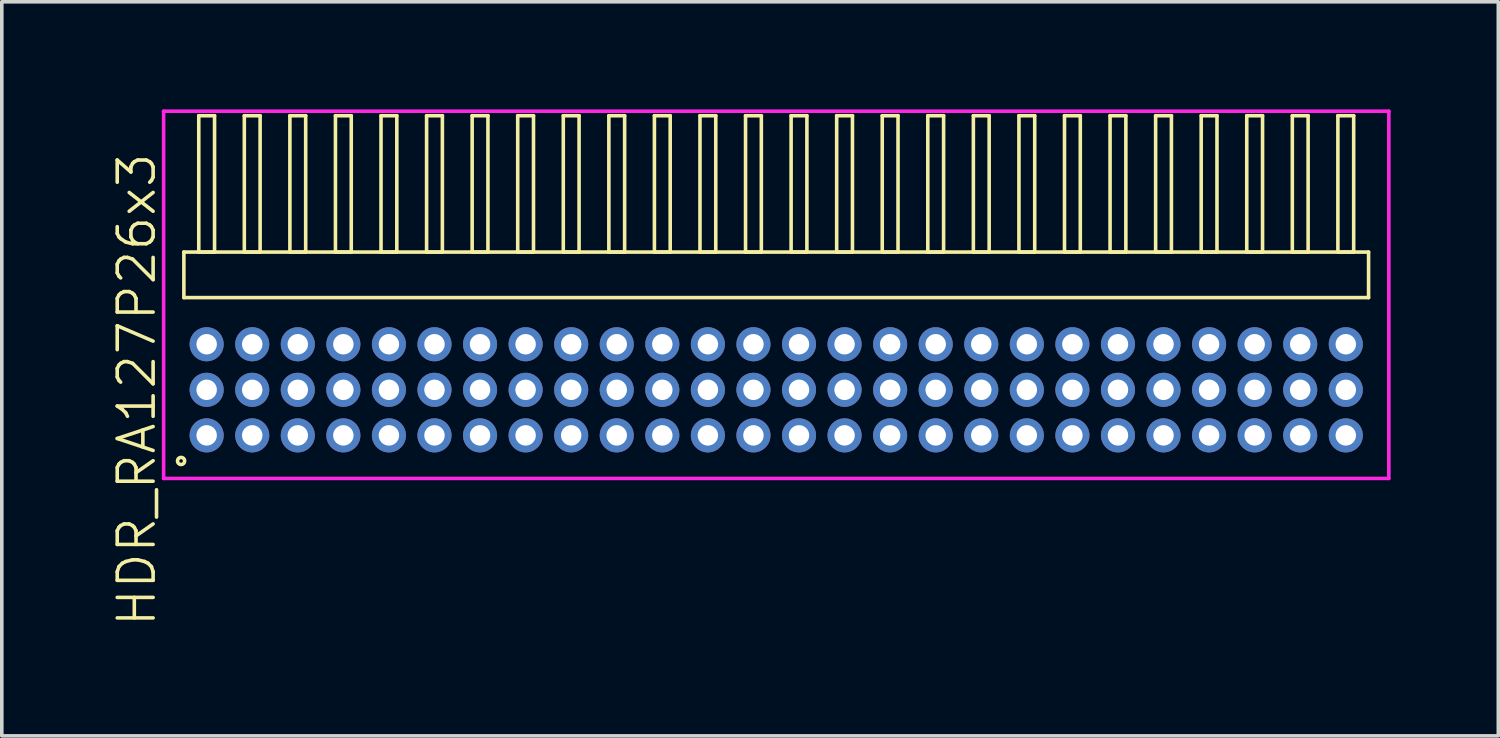
<source format=kicad_pcb>
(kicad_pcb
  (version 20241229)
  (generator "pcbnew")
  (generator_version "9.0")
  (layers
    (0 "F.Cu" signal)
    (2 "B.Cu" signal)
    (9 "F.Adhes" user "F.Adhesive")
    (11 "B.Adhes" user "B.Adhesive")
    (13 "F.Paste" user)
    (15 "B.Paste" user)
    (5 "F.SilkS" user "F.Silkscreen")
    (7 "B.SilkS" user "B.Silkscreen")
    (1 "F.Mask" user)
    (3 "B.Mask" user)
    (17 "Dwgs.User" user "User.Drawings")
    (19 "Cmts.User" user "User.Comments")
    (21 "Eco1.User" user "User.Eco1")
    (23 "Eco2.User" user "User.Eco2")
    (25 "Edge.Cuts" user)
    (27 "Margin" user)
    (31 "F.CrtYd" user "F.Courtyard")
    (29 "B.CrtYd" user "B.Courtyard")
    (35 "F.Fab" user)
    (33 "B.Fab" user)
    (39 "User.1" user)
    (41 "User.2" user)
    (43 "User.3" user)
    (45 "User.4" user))
  (footprint "HDR_RA127P26x3"
    (layer "F.Cu")
    (at 18.585 7.815)
    (property "Reference" "HDR_RA127P26x3" (at -17.825 0 90) (layer "F.SilkS") (effects (font (size 1 1) (thickness 0.1))))
    (attr through_hole)
    (fp_line (start -16.51 -3.84) (end -16.51 -2.57) (stroke (width 0.1) (type solid)) (layer "F.SilkS"))
    (fp_line (start -16.51 -2.57) (end 16.51 -2.57) (stroke (width 0.1) (type solid)) (layer "F.SilkS"))
    (fp_line (start -16.095 -7.64) (end -16.095 -3.84) (stroke (width 0.1) (type solid)) (layer "F.SilkS"))
    (fp_line (start -16.095 -3.84) (end -15.655 -3.84) (stroke (width 0.1) (type solid)) (layer "F.SilkS"))
    (fp_line (start -15.655 -7.64) (end -16.095 -7.64) (stroke (width 0.1) (type solid)) (layer "F.SilkS"))
    (fp_line (start -15.655 -3.84) (end -15.655 -7.64) (stroke (width 0.1) (type solid)) (layer "F.SilkS"))
    (fp_line (start -14.825 -7.64) (end -14.825 -3.84) (stroke (width 0.1) (type solid)) (layer "F.SilkS"))
    (fp_line (start -14.825 -3.84) (end -14.385 -3.84) (stroke (width 0.1) (type solid)) (layer "F.SilkS"))
    (fp_line (start -14.385 -7.64) (end -14.825 -7.64) (stroke (width 0.1) (type solid)) (layer "F.SilkS"))
    (fp_line (start -14.385 -3.84) (end -14.385 -7.64) (stroke (width 0.1) (type solid)) (layer "F.SilkS"))
    (fp_line (start -13.555 -7.64) (end -13.555 -3.84) (stroke (width 0.1) (type solid)) (layer "F.SilkS"))
    (fp_line (start -13.555 -3.84) (end -13.115 -3.84) (stroke (width 0.1) (type solid)) (layer "F.SilkS"))
    (fp_line (start -13.115 -7.64) (end -13.555 -7.64) (stroke (width 0.1) (type solid)) (layer "F.SilkS"))
    (fp_line (start -13.115 -3.84) (end -13.115 -7.64) (stroke (width 0.1) (type solid)) (layer "F.SilkS"))
    (fp_line (start -12.285 -7.64) (end -12.285 -3.84) (stroke (width 0.1) (type solid)) (layer "F.SilkS"))
    (fp_line (start -12.285 -3.84) (end -11.845 -3.84) (stroke (width 0.1) (type solid)) (layer "F.SilkS"))
    (fp_line (start -11.845 -7.64) (end -12.285 -7.64) (stroke (width 0.1) (type solid)) (layer "F.SilkS"))
    (fp_line (start -11.845 -3.84) (end -11.845 -7.64) (stroke (width 0.1) (type solid)) (layer "F.SilkS"))
    (fp_line (start -11.015 -7.64) (end -11.015 -3.84) (stroke (width 0.1) (type solid)) (layer "F.SilkS"))
    (fp_line (start -11.015 -3.84) (end -10.575 -3.84) (stroke (width 0.1) (type solid)) (layer "F.SilkS"))
    (fp_line (start -10.575 -7.64) (end -11.015 -7.64) (stroke (width 0.1) (type solid)) (layer "F.SilkS"))
    (fp_line (start -10.575 -3.84) (end -10.575 -7.64) (stroke (width 0.1) (type solid)) (layer "F.SilkS"))
    (fp_line (start -9.745 -7.64) (end -9.745 -3.84) (stroke (width 0.1) (type solid)) (layer "F.SilkS"))
    (fp_line (start -9.745 -3.84) (end -9.305 -3.84) (stroke (width 0.1) (type solid)) (layer "F.SilkS"))
    (fp_line (start -9.305 -7.64) (end -9.745 -7.64) (stroke (width 0.1) (type solid)) (layer "F.SilkS"))
    (fp_line (start -9.305 -3.84) (end -9.305 -7.64) (stroke (width 0.1) (type solid)) (layer "F.SilkS"))
    (fp_line (start -8.475 -7.64) (end -8.475 -3.84) (stroke (width 0.1) (type solid)) (layer "F.SilkS"))
    (fp_line (start -8.475 -3.84) (end -8.035 -3.84) (stroke (width 0.1) (type solid)) (layer "F.SilkS"))
    (fp_line (start -8.035 -7.64) (end -8.475 -7.64) (stroke (width 0.1) (type solid)) (layer "F.SilkS"))
    (fp_line (start -8.035 -3.84) (end -8.035 -7.64) (stroke (width 0.1) (type solid)) (layer "F.SilkS"))
    (fp_line (start -7.205 -7.64) (end -7.205 -3.84) (stroke (width 0.1) (type solid)) (layer "F.SilkS"))
    (fp_line (start -7.205 -3.84) (end -6.765 -3.84) (stroke (width 0.1) (type solid)) (layer "F.SilkS"))
    (fp_line (start -6.765 -7.64) (end -7.205 -7.64) (stroke (width 0.1) (type solid)) (layer "F.SilkS"))
    (fp_line (start -6.765 -3.84) (end -6.765 -7.64) (stroke (width 0.1) (type solid)) (layer "F.SilkS"))
    (fp_line (start -5.935 -7.64) (end -5.935 -3.84) (stroke (width 0.1) (type solid)) (layer "F.SilkS"))
    (fp_line (start -5.935 -3.84) (end -5.495 -3.84) (stroke (width 0.1) (type solid)) (layer "F.SilkS"))
    (fp_line (start -5.495 -7.64) (end -5.935 -7.64) (stroke (width 0.1) (type solid)) (layer "F.SilkS"))
    (fp_line (start -5.495 -3.84) (end -5.495 -7.64) (stroke (width 0.1) (type solid)) (layer "F.SilkS"))
    (fp_line (start -4.665 -7.64) (end -4.665 -3.84) (stroke (width 0.1) (type solid)) (layer "F.SilkS"))
    (fp_line (start -4.665 -3.84) (end -4.225 -3.84) (stroke (width 0.1) (type solid)) (layer "F.SilkS"))
    (fp_line (start -4.225 -7.64) (end -4.665 -7.64) (stroke (width 0.1) (type solid)) (layer "F.SilkS"))
    (fp_line (start -4.225 -3.84) (end -4.225 -7.64) (stroke (width 0.1) (type solid)) (layer "F.SilkS"))
    (fp_line (start -3.395 -7.64) (end -3.395 -3.84) (stroke (width 0.1) (type solid)) (layer "F.SilkS"))
    (fp_line (start -3.395 -3.84) (end -2.955 -3.84) (stroke (width 0.1) (type solid)) (layer "F.SilkS"))
    (fp_line (start -2.955 -7.64) (end -3.395 -7.64) (stroke (width 0.1) (type solid)) (layer "F.SilkS"))
    (fp_line (start -2.955 -3.84) (end -2.955 -7.64) (stroke (width 0.1) (type solid)) (layer "F.SilkS"))
    (fp_line (start -2.125 -7.64) (end -2.125 -3.84) (stroke (width 0.1) (type solid)) (layer "F.SilkS"))
    (fp_line (start -2.125 -3.84) (end -1.685 -3.84) (stroke (width 0.1) (type solid)) (layer "F.SilkS"))
    (fp_line (start -1.685 -7.64) (end -2.125 -7.64) (stroke (width 0.1) (type solid)) (layer "F.SilkS"))
    (fp_line (start -1.685 -3.84) (end -1.685 -7.64) (stroke (width 0.1) (type solid)) (layer "F.SilkS"))
    (fp_line (start -0.855 -7.64) (end -0.855 -3.84) (stroke (width 0.1) (type solid)) (layer "F.SilkS"))
    (fp_line (start -0.855 -3.84) (end -0.415 -3.84) (stroke (width 0.1) (type solid)) (layer "F.SilkS"))
    (fp_line (start -0.415 -7.64) (end -0.855 -7.64) (stroke (width 0.1) (type solid)) (layer "F.SilkS"))
    (fp_line (start -0.415 -3.84) (end -0.415 -7.64) (stroke (width 0.1) (type solid)) (layer "F.SilkS"))
    (fp_line (start 0.415 -7.64) (end 0.415 -3.84) (stroke (width 0.1) (type solid)) (layer "F.SilkS"))
    (fp_line (start 0.415 -3.84) (end 0.855 -3.84) (stroke (width 0.1) (type solid)) (layer "F.SilkS"))
    (fp_line (start 0.855 -7.64) (end 0.415 -7.64) (stroke (width 0.1) (type solid)) (layer "F.SilkS"))
    (fp_line (start 0.855 -3.84) (end 0.855 -7.64) (stroke (width 0.1) (type solid)) (layer "F.SilkS"))
    (fp_line (start 1.685 -7.64) (end 1.685 -3.84) (stroke (width 0.1) (type solid)) (layer "F.SilkS"))
    (fp_line (start 1.685 -3.84) (end 2.125 -3.84) (stroke (width 0.1) (type solid)) (layer "F.SilkS"))
    (fp_line (start 2.125 -7.64) (end 1.685 -7.64) (stroke (width 0.1) (type solid)) (layer "F.SilkS"))
    (fp_line (start 2.125 -3.84) (end 2.125 -7.64) (stroke (width 0.1) (type solid)) (layer "F.SilkS"))
    (fp_line (start 2.955 -7.64) (end 2.955 -3.84) (stroke (width 0.1) (type solid)) (layer "F.SilkS"))
    (fp_line (start 2.955 -3.84) (end 3.395 -3.84) (stroke (width 0.1) (type solid)) (layer "F.SilkS"))
    (fp_line (start 3.395 -7.64) (end 2.955 -7.64) (stroke (width 0.1) (type solid)) (layer "F.SilkS"))
    (fp_line (start 3.395 -3.84) (end 3.395 -7.64) (stroke (width 0.1) (type solid)) (layer "F.SilkS"))
    (fp_line (start 4.225 -7.64) (end 4.225 -3.84) (stroke (width 0.1) (type solid)) (layer "F.SilkS"))
    (fp_line (start 4.225 -3.84) (end 4.665 -3.84) (stroke (width 0.1) (type solid)) (layer "F.SilkS"))
    (fp_line (start 4.665 -7.64) (end 4.225 -7.64) (stroke (width 0.1) (type solid)) (layer "F.SilkS"))
    (fp_line (start 4.665 -3.84) (end 4.665 -7.64) (stroke (width 0.1) (type solid)) (layer "F.SilkS"))
    (fp_line (start 5.495 -7.64) (end 5.495 -3.84) (stroke (width 0.1) (type solid)) (layer "F.SilkS"))
    (fp_line (start 5.495 -3.84) (end 5.935 -3.84) (stroke (width 0.1) (type solid)) (layer "F.SilkS"))
    (fp_line (start 5.935 -7.64) (end 5.495 -7.64) (stroke (width 0.1) (type solid)) (layer "F.SilkS"))
    (fp_line (start 5.935 -3.84) (end 5.935 -7.64) (stroke (width 0.1) (type solid)) (layer "F.SilkS"))
    (fp_line (start 6.765 -7.64) (end 6.765 -3.84) (stroke (width 0.1) (type solid)) (layer "F.SilkS"))
    (fp_line (start 6.765 -3.84) (end 7.205 -3.84) (stroke (width 0.1) (type solid)) (layer "F.SilkS"))
    (fp_line (start 7.205 -7.64) (end 6.765 -7.64) (stroke (width 0.1) (type solid)) (layer "F.SilkS"))
    (fp_line (start 7.205 -3.84) (end 7.205 -7.64) (stroke (width 0.1) (type solid)) (layer "F.SilkS"))
    (fp_line (start 8.035 -7.64) (end 8.035 -3.84) (stroke (width 0.1) (type solid)) (layer "F.SilkS"))
    (fp_line (start 8.035 -3.84) (end 8.475 -3.84) (stroke (width 0.1) (type solid)) (layer "F.SilkS"))
    (fp_line (start 8.475 -7.64) (end 8.035 -7.64) (stroke (width 0.1) (type solid)) (layer "F.SilkS"))
    (fp_line (start 8.475 -3.84) (end 8.475 -7.64) (stroke (width 0.1) (type solid)) (layer "F.SilkS"))
    (fp_line (start 9.305 -7.64) (end 9.305 -3.84) (stroke (width 0.1) (type solid)) (layer "F.SilkS"))
    (fp_line (start 9.305 -3.84) (end 9.745 -3.84) (stroke (width 0.1) (type solid)) (layer "F.SilkS"))
    (fp_line (start 9.745 -7.64) (end 9.305 -7.64) (stroke (width 0.1) (type solid)) (layer "F.SilkS"))
    (fp_line (start 9.745 -3.84) (end 9.745 -7.64) (stroke (width 0.1) (type solid)) (layer "F.SilkS"))
    (fp_line (start 10.575 -7.64) (end 10.575 -3.84) (stroke (width 0.1) (type solid)) (layer "F.SilkS"))
    (fp_line (start 10.575 -3.84) (end 11.015 -3.84) (stroke (width 0.1) (type solid)) (layer "F.SilkS"))
    (fp_line (start 11.015 -7.64) (end 10.575 -7.64) (stroke (width 0.1) (type solid)) (layer "F.SilkS"))
    (fp_line (start 11.015 -3.84) (end 11.015 -7.64) (stroke (width 0.1) (type solid)) (layer "F.SilkS"))
    (fp_line (start 11.845 -7.64) (end 11.845 -3.84) (stroke (width 0.1) (type solid)) (layer "F.SilkS"))
    (fp_line (start 11.845 -3.84) (end 12.285 -3.84) (stroke (width 0.1) (type solid)) (layer "F.SilkS"))
    (fp_line (start 12.285 -7.64) (end 11.845 -7.64) (stroke (width 0.1) (type solid)) (layer "F.SilkS"))
    (fp_line (start 12.285 -3.84) (end 12.285 -7.64) (stroke (width 0.1) (type solid)) (layer "F.SilkS"))
    (fp_line (start 13.115 -7.64) (end 13.115 -3.84) (stroke (width 0.1) (type solid)) (layer "F.SilkS"))
    (fp_line (start 13.115 -3.84) (end 13.555 -3.84) (stroke (width 0.1) (type solid)) (layer "F.SilkS"))
    (fp_line (start 13.555 -7.64) (end 13.115 -7.64) (stroke (width 0.1) (type solid)) (layer "F.SilkS"))
    (fp_line (start 13.555 -3.84) (end 13.555 -7.64) (stroke (width 0.1) (type solid)) (layer "F.SilkS"))
    (fp_line (start 14.385 -7.64) (end 14.385 -3.84) (stroke (width 0.1) (type solid)) (layer "F.SilkS"))
    (fp_line (start 14.385 -3.84) (end 14.825 -3.84) (stroke (width 0.1) (type solid)) (layer "F.SilkS"))
    (fp_line (start 14.825 -7.64) (end 14.385 -7.64) (stroke (width 0.1) (type solid)) (layer "F.SilkS"))
    (fp_line (start 14.825 -3.84) (end 14.825 -7.64) (stroke (width 0.1) (type solid)) (layer "F.SilkS"))
    (fp_line (start 15.655 -7.64) (end 15.655 -3.84) (stroke (width 0.1) (type solid)) (layer "F.SilkS"))
    (fp_line (start 15.655 -3.84) (end 16.095 -3.84) (stroke (width 0.1) (type solid)) (layer "F.SilkS"))
    (fp_line (start 16.095 -7.64) (end 15.655 -7.64) (stroke (width 0.1) (type solid)) (layer "F.SilkS"))
    (fp_line (start 16.095 -3.84) (end 16.095 -7.64) (stroke (width 0.1) (type solid)) (layer "F.SilkS"))
    (fp_line (start 16.51 -3.84) (end -16.51 -3.84) (stroke (width 0.1) (type solid)) (layer "F.SilkS"))
    (fp_line (start 16.51 -2.57) (end 16.51 -3.84) (stroke (width 0.1) (type solid)) (layer "F.SilkS"))
    (fp_circle (center -16.588 1.983) (end -16.488 1.983) (stroke (width 0.1) (type solid)) (fill no) (layer "F.SilkS"))
    (fp_line (start -17.075 -7.765) (end -17.075 2.47) (stroke (width 0.1) (type solid)) (layer "F.CrtYd"))
    (fp_line (start -17.075 2.47) (end 17.075 2.47) (stroke (width 0.1) (type solid)) (layer "F.CrtYd"))
    (fp_line (start 17.075 -7.765) (end -17.075 -7.765) (stroke (width 0.1) (type solid)) (layer "F.CrtYd"))
    (fp_line (start 17.075 2.47) (end 17.075 -7.765) (stroke (width 0.1) (type solid)) (layer "F.CrtYd"))
    (pad "1" thru_hole oval (at -15.875 1.27) (size 0.95 0.95) (drill 0.57) (layers "*.Cu" "*.Mask"))
    (pad "2" thru_hole oval (at -15.875 0) (size 0.95 0.95) (drill 0.57) (layers "*.Cu" "*.Mask"))
    (pad "3" thru_hole oval (at -15.875 -1.27) (size 0.95 0.95) (drill 0.57) (layers "*.Cu" "*.Mask"))
    (pad "4" thru_hole oval (at -14.605 1.27) (size 0.95 0.95) (drill 0.57) (layers "*.Cu" "*.Mask"))
    (pad "5" thru_hole oval (at -14.605 0) (size 0.95 0.95) (drill 0.57) (layers "*.Cu" "*.Mask"))
    (pad "6" thru_hole oval (at -14.605 -1.27) (size 0.95 0.95) (drill 0.57) (layers "*.Cu" "*.Mask"))
    (pad "7" thru_hole oval (at -13.335 1.27) (size 0.95 0.95) (drill 0.57) (layers "*.Cu" "*.Mask"))
    (pad "8" thru_hole oval (at -13.335 0) (size 0.95 0.95) (drill 0.57) (layers "*.Cu" "*.Mask"))
    (pad "9" thru_hole oval (at -13.335 -1.27) (size 0.95 0.95) (drill 0.57) (layers "*.Cu" "*.Mask"))
    (pad "10" thru_hole oval (at -12.065 1.27) (size 0.95 0.95) (drill 0.57) (layers "*.Cu" "*.Mask"))
    (pad "11" thru_hole oval (at -12.065 0) (size 0.95 0.95) (drill 0.57) (layers "*.Cu" "*.Mask"))
    (pad "12" thru_hole oval (at -12.065 -1.27) (size 0.95 0.95) (drill 0.57) (layers "*.Cu" "*.Mask"))
    (pad "13" thru_hole oval (at -10.795 1.27) (size 0.95 0.95) (drill 0.57) (layers "*.Cu" "*.Mask"))
    (pad "14" thru_hole oval (at -10.795 0) (size 0.95 0.95) (drill 0.57) (layers "*.Cu" "*.Mask"))
    (pad "15" thru_hole oval (at -10.795 -1.27) (size 0.95 0.95) (drill 0.57) (layers "*.Cu" "*.Mask"))
    (pad "16" thru_hole oval (at -9.525 1.27) (size 0.95 0.95) (drill 0.57) (layers "*.Cu" "*.Mask"))
    (pad "17" thru_hole oval (at -9.525 0) (size 0.95 0.95) (drill 0.57) (layers "*.Cu" "*.Mask"))
    (pad "18" thru_hole oval (at -9.525 -1.27) (size 0.95 0.95) (drill 0.57) (layers "*.Cu" "*.Mask"))
    (pad "19" thru_hole oval (at -8.255 1.27) (size 0.95 0.95) (drill 0.57) (layers "*.Cu" "*.Mask"))
    (pad "20" thru_hole oval (at -8.255 0) (size 0.95 0.95) (drill 0.57) (layers "*.Cu" "*.Mask"))
    (pad "21" thru_hole oval (at -8.255 -1.27) (size 0.95 0.95) (drill 0.57) (layers "*.Cu" "*.Mask"))
    (pad "22" thru_hole oval (at -6.985 1.27) (size 0.95 0.95) (drill 0.57) (layers "*.Cu" "*.Mask"))
    (pad "23" thru_hole oval (at -6.985 0) (size 0.95 0.95) (drill 0.57) (layers "*.Cu" "*.Mask"))
    (pad "24" thru_hole oval (at -6.985 -1.27) (size 0.95 0.95) (drill 0.57) (layers "*.Cu" "*.Mask"))
    (pad "25" thru_hole oval (at -5.715 1.27) (size 0.95 0.95) (drill 0.57) (layers "*.Cu" "*.Mask"))
    (pad "26" thru_hole oval (at -5.715 0) (size 0.95 0.95) (drill 0.57) (layers "*.Cu" "*.Mask"))
    (pad "27" thru_hole oval (at -5.715 -1.27) (size 0.95 0.95) (drill 0.57) (layers "*.Cu" "*.Mask"))
    (pad "28" thru_hole oval (at -4.445 1.27) (size 0.95 0.95) (drill 0.57) (layers "*.Cu" "*.Mask"))
    (pad "29" thru_hole oval (at -4.445 0) (size 0.95 0.95) (drill 0.57) (layers "*.Cu" "*.Mask"))
    (pad "30" thru_hole oval (at -4.445 -1.27) (size 0.95 0.95) (drill 0.57) (layers "*.Cu" "*.Mask"))
    (pad "31" thru_hole oval (at -3.175 1.27) (size 0.95 0.95) (drill 0.57) (layers "*.Cu" "*.Mask"))
    (pad "32" thru_hole oval (at -3.175 0) (size 0.95 0.95) (drill 0.57) (layers "*.Cu" "*.Mask"))
    (pad "33" thru_hole oval (at -3.175 -1.27) (size 0.95 0.95) (drill 0.57) (layers "*.Cu" "*.Mask"))
    (pad "34" thru_hole oval (at -1.905 1.27) (size 0.95 0.95) (drill 0.57) (layers "*.Cu" "*.Mask"))
    (pad "35" thru_hole oval (at -1.905 0) (size 0.95 0.95) (drill 0.57) (layers "*.Cu" "*.Mask"))
    (pad "36" thru_hole oval (at -1.905 -1.27) (size 0.95 0.95) (drill 0.57) (layers "*.Cu" "*.Mask"))
    (pad "37" thru_hole oval (at -0.635 1.27) (size 0.95 0.95) (drill 0.57) (layers "*.Cu" "*.Mask"))
    (pad "38" thru_hole oval (at -0.635 0) (size 0.95 0.95) (drill 0.57) (layers "*.Cu" "*.Mask"))
    (pad "39" thru_hole oval (at -0.635 -1.27) (size 0.95 0.95) (drill 0.57) (layers "*.Cu" "*.Mask"))
    (pad "40" thru_hole oval (at 0.635 1.27) (size 0.95 0.95) (drill 0.57) (layers "*.Cu" "*.Mask"))
    (pad "41" thru_hole oval (at 0.635 0) (size 0.95 0.95) (drill 0.57) (layers "*.Cu" "*.Mask"))
    (pad "42" thru_hole oval (at 0.635 -1.27) (size 0.95 0.95) (drill 0.57) (layers "*.Cu" "*.Mask"))
    (pad "43" thru_hole oval (at 1.905 1.27) (size 0.95 0.95) (drill 0.57) (layers "*.Cu" "*.Mask"))
    (pad "44" thru_hole oval (at 1.905 0) (size 0.95 0.95) (drill 0.57) (layers "*.Cu" "*.Mask"))
    (pad "45" thru_hole oval (at 1.905 -1.27) (size 0.95 0.95) (drill 0.57) (layers "*.Cu" "*.Mask"))
    (pad "46" thru_hole oval (at 3.175 1.27) (size 0.95 0.95) (drill 0.57) (layers "*.Cu" "*.Mask"))
    (pad "47" thru_hole oval (at 3.175 0) (size 0.95 0.95) (drill 0.57) (layers "*.Cu" "*.Mask"))
    (pad "48" thru_hole oval (at 3.175 -1.27) (size 0.95 0.95) (drill 0.57) (layers "*.Cu" "*.Mask"))
    (pad "49" thru_hole oval (at 4.445 1.27) (size 0.95 0.95) (drill 0.57) (layers "*.Cu" "*.Mask"))
    (pad "50" thru_hole oval (at 4.445 0) (size 0.95 0.95) (drill 0.57) (layers "*.Cu" "*.Mask"))
    (pad "51" thru_hole oval (at 4.445 -1.27) (size 0.95 0.95) (drill 0.57) (layers "*.Cu" "*.Mask"))
    (pad "52" thru_hole oval (at 5.715 1.27) (size 0.95 0.95) (drill 0.57) (layers "*.Cu" "*.Mask"))
    (pad "53" thru_hole oval (at 5.715 0) (size 0.95 0.95) (drill 0.57) (layers "*.Cu" "*.Mask"))
    (pad "54" thru_hole oval (at 5.715 -1.27) (size 0.95 0.95) (drill 0.57) (layers "*.Cu" "*.Mask"))
    (pad "55" thru_hole oval (at 6.985 1.27) (size 0.95 0.95) (drill 0.57) (layers "*.Cu" "*.Mask"))
    (pad "56" thru_hole oval (at 6.985 0) (size 0.95 0.95) (drill 0.57) (layers "*.Cu" "*.Mask"))
    (pad "57" thru_hole oval (at 6.985 -1.27) (size 0.95 0.95) (drill 0.57) (layers "*.Cu" "*.Mask"))
    (pad "58" thru_hole oval (at 8.255 1.27) (size 0.95 0.95) (drill 0.57) (layers "*.Cu" "*.Mask"))
    (pad "59" thru_hole oval (at 8.255 0) (size 0.95 0.95) (drill 0.57) (layers "*.Cu" "*.Mask"))
    (pad "60" thru_hole oval (at 8.255 -1.27) (size 0.95 0.95) (drill 0.57) (layers "*.Cu" "*.Mask"))
    (pad "61" thru_hole oval (at 9.525 1.27) (size 0.95 0.95) (drill 0.57) (layers "*.Cu" "*.Mask"))
    (pad "62" thru_hole oval (at 9.525 0) (size 0.95 0.95) (drill 0.57) (layers "*.Cu" "*.Mask"))
    (pad "63" thru_hole oval (at 9.525 -1.27) (size 0.95 0.95) (drill 0.57) (layers "*.Cu" "*.Mask"))
    (pad "64" thru_hole oval (at 10.795 1.27) (size 0.95 0.95) (drill 0.57) (layers "*.Cu" "*.Mask"))
    (pad "65" thru_hole oval (at 10.795 0) (size 0.95 0.95) (drill 0.57) (layers "*.Cu" "*.Mask"))
    (pad "66" thru_hole oval (at 10.795 -1.27) (size 0.95 0.95) (drill 0.57) (layers "*.Cu" "*.Mask"))
    (pad "67" thru_hole oval (at 12.065 1.27) (size 0.95 0.95) (drill 0.57) (layers "*.Cu" "*.Mask"))
    (pad "68" thru_hole oval (at 12.065 0) (size 0.95 0.95) (drill 0.57) (layers "*.Cu" "*.Mask"))
    (pad "69" thru_hole oval (at 12.065 -1.27) (size 0.95 0.95) (drill 0.57) (layers "*.Cu" "*.Mask"))
    (pad "70" thru_hole oval (at 13.335 1.27) (size 0.95 0.95) (drill 0.57) (layers "*.Cu" "*.Mask"))
    (pad "71" thru_hole oval (at 13.335 0) (size 0.95 0.95) (drill 0.57) (layers "*.Cu" "*.Mask"))
    (pad "72" thru_hole oval (at 13.335 -1.27) (size 0.95 0.95) (drill 0.57) (layers "*.Cu" "*.Mask"))
    (pad "73" thru_hole oval (at 14.605 1.27) (size 0.95 0.95) (drill 0.57) (layers "*.Cu" "*.Mask"))
    (pad "74" thru_hole oval (at 14.605 0) (size 0.95 0.95) (drill 0.57) (layers "*.Cu" "*.Mask"))
    (pad "75" thru_hole oval (at 14.605 -1.27) (size 0.95 0.95) (drill 0.57) (layers "*.Cu" "*.Mask"))
    (pad "76" thru_hole oval (at 15.875 1.27) (size 0.95 0.95) (drill 0.57) (layers "*.Cu" "*.Mask"))
    (pad "77" thru_hole oval (at 15.875 0) (size 0.95 0.95) (drill 0.57) (layers "*.Cu" "*.Mask"))
    (pad "78" thru_hole oval (at 15.875 -1.27) (size 0.95 0.95) (drill 0.57) (layers "*.Cu" "*.Mask")))
  (gr_rect
    (start -3 -3)
    (end 38.711 17.46)
    (stroke (width 0.1) (type default))
    (fill no)
    (layer "Edge.Cuts")))
</source>
